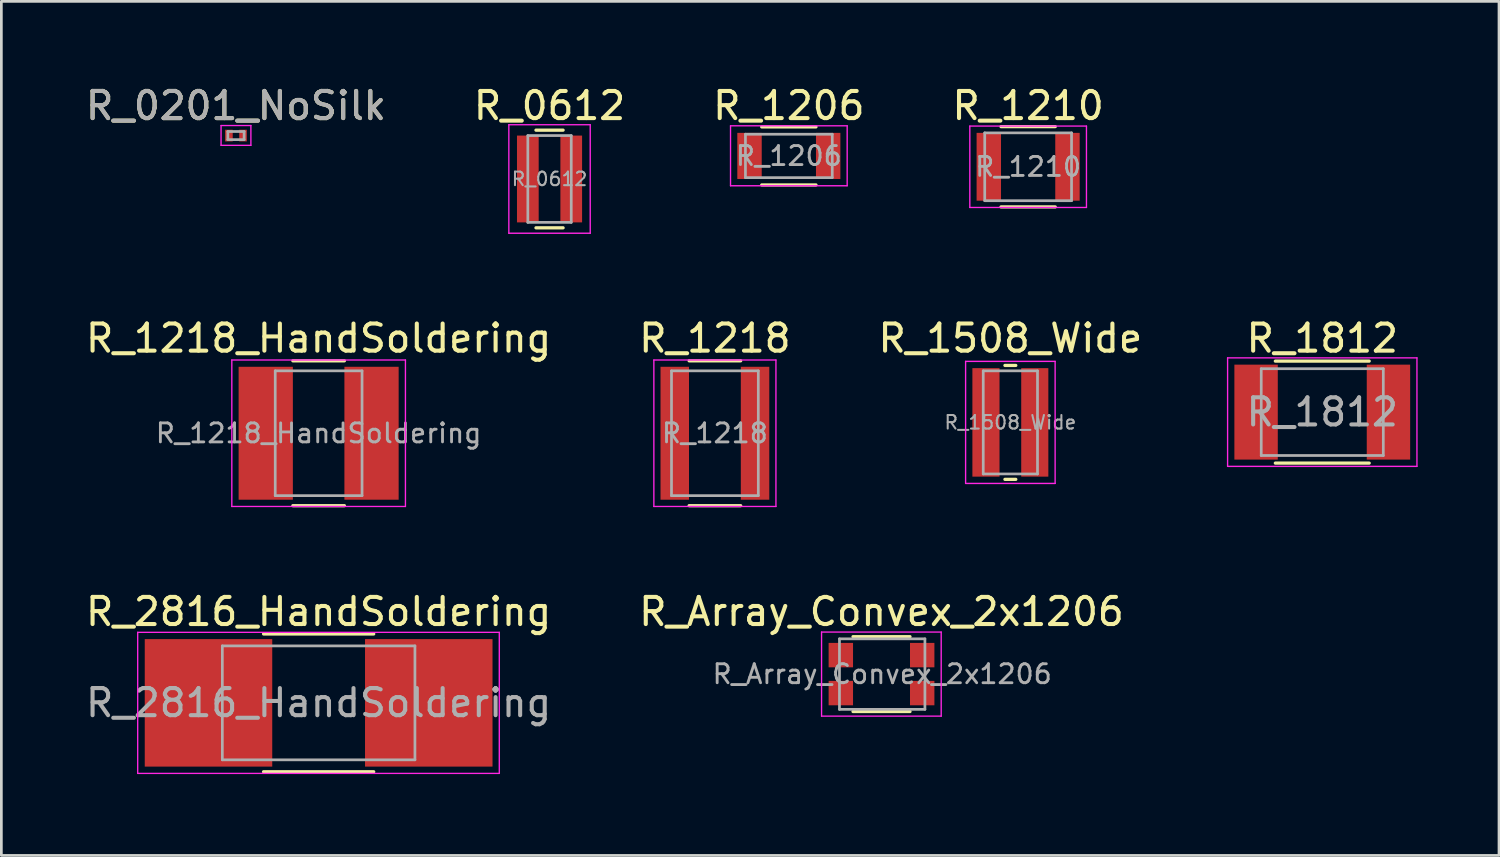
<source format=kicad_pcb>
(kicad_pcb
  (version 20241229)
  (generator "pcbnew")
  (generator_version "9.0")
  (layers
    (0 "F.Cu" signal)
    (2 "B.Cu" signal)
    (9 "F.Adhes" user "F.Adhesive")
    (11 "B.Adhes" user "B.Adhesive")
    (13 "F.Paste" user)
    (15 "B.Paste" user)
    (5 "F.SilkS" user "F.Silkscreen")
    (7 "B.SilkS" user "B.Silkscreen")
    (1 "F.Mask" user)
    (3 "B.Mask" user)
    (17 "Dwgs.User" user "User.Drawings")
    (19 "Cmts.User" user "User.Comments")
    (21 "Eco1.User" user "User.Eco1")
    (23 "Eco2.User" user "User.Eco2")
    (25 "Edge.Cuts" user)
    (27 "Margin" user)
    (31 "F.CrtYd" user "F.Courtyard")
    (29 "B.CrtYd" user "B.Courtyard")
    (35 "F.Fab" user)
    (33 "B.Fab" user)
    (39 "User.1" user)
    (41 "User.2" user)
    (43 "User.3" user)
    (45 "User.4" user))
  (footprint "R_1508_Wide"
    (layer "F.Cu")
    (at 34.196 12.521)
    (property "Reference" "R_1508_Wide" (at 0 -3.1 0) (layer "F.SilkS") (effects (font (size 1 1) (thickness 0.15))))
    (attr smd)
    (fp_line (start -0.2 -2.1) (end 0.2 -2.1) (stroke (width 0.12) (type solid)) (layer "F.SilkS"))
    (fp_line (start 0.2 2.1) (end -0.2 2.1) (stroke (width 0.12) (type solid)) (layer "F.SilkS"))
    (fp_line (start -1.65 -2.25) (end -1.65 2.25) (stroke (width 0.05) (type solid)) (layer "F.CrtYd"))
    (fp_line (start -1.65 -2.25) (end 1.65 -2.25) (stroke (width 0.05) (type solid)) (layer "F.CrtYd"))
    (fp_line (start 1.65 2.25) (end -1.65 2.25) (stroke (width 0.05) (type solid)) (layer "F.CrtYd"))
    (fp_line (start 1.65 2.25) (end 1.65 -2.25) (stroke (width 0.05) (type solid)) (layer "F.CrtYd"))
    (fp_line (start -1 -1.9) (end 1 -1.9) (stroke (width 0.1) (type solid)) (layer "F.Fab"))
    (fp_line (start -1 1.9) (end -1 -1.9) (stroke (width 0.1) (type solid)) (layer "F.Fab"))
    (fp_line (start 1 -1.9) (end 1 1.9) (stroke (width 0.1) (type solid)) (layer "F.Fab"))
    (fp_line (start 1 1.9) (end -1 1.9) (stroke (width 0.1) (type solid)) (layer "F.Fab"))
    (fp_text user "${REFERENCE}" (at 0 0 0) (layer "F.Fab") (effects (font (size 0.5 0.5) (thickness 0.075))))
    (pad "1" smd rect (at -0.9 0) (size 1 4) (layers "F.Cu" "F.Mask" "F.Paste"))
    (pad "2" smd rect (at 0.9 0) (size 1 4) (layers "F.Cu" "F.Mask" "F.Paste")))
  (footprint "R_2816_HandSoldering"
    (layer "F.Cu")
    (at 8.696 22.86)
    (property "Reference" "R_2816_HandSoldering" (at 0 -3.36 0) (layer "F.SilkS") (effects (font (size 1 1) (thickness 0.15))))
    (attr smd)
    (fp_line (start -2.03 -2.54) (end 2.03 -2.54) (stroke (width 0.12) (type solid)) (layer "F.SilkS"))
    (fp_line (start -2.03 2.54) (end 2.03 2.54) (stroke (width 0.12) (type solid)) (layer "F.SilkS"))
    (fp_line (start -6.67 -2.6) (end -6.67 2.6) (stroke (width 0.05) (type solid)) (layer "F.CrtYd"))
    (fp_line (start -6.67 -2.6) (end 6.66 -2.6) (stroke (width 0.05) (type solid)) (layer "F.CrtYd"))
    (fp_line (start 6.66 2.6) (end -6.67 2.6) (stroke (width 0.05) (type solid)) (layer "F.CrtYd"))
    (fp_line (start 6.66 2.6) (end 6.66 -2.6) (stroke (width 0.05) (type solid)) (layer "F.CrtYd"))
    (fp_line (start -3.55 -2.1) (end 3.55 -2.1) (stroke (width 0.1) (type solid)) (layer "F.Fab"))
    (fp_line (start -3.55 2.1) (end -3.55 -2.1) (stroke (width 0.1) (type solid)) (layer "F.Fab"))
    (fp_line (start 3.55 -2.1) (end 3.55 2.1) (stroke (width 0.1) (type solid)) (layer "F.Fab"))
    (fp_line (start 3.55 2.1) (end -3.55 2.1) (stroke (width 0.1) (type solid)) (layer "F.Fab"))
    (fp_text user "${REFERENCE}" (at 0 0 0) (layer "F.Fab") (effects (font (size 1 1) (thickness 0.15))))
    (pad "1" smd rect (at -4.06 0) (size 4.7 4.7) (layers "F.Cu" "F.Mask" "F.Paste"))
    (pad "2" smd rect (at 4.06 0) (size 4.7 4.7) (layers "F.Cu" "F.Mask" "F.Paste")))
  (footprint "R_1812"
    (layer "F.Cu")
    (at 45.694 12.142)
    (property "Reference" "R_1812" (at 0 -2.72 0) (layer "F.SilkS") (effects (font (size 1 1) (thickness 0.15))))
    (attr smd)
    (fp_line (start -1.73 -1.88) (end 1.73 -1.88) (stroke (width 0.12) (type solid)) (layer "F.SilkS"))
    (fp_line (start -1.73 1.88) (end 1.73 1.88) (stroke (width 0.12) (type solid)) (layer "F.SilkS"))
    (fp_line (start -3.49 -2) (end -3.49 2) (stroke (width 0.05) (type solid)) (layer "F.CrtYd"))
    (fp_line (start -3.49 -2) (end 3.49 -2) (stroke (width 0.05) (type solid)) (layer "F.CrtYd"))
    (fp_line (start 3.49 2) (end -3.49 2) (stroke (width 0.05) (type solid)) (layer "F.CrtYd"))
    (fp_line (start 3.49 2) (end 3.49 -2) (stroke (width 0.05) (type solid)) (layer "F.CrtYd"))
    (fp_line (start -2.25 -1.6) (end 2.25 -1.6) (stroke (width 0.1) (type solid)) (layer "F.Fab"))
    (fp_line (start -2.25 1.6) (end -2.25 -1.6) (stroke (width 0.1) (type solid)) (layer "F.Fab"))
    (fp_line (start 2.25 -1.6) (end 2.25 1.6) (stroke (width 0.1) (type solid)) (layer "F.Fab"))
    (fp_line (start 2.25 1.6) (end -2.25 1.6) (stroke (width 0.1) (type solid)) (layer "F.Fab"))
    (fp_text user "${REFERENCE}" (at 0 0 0) (layer "F.Fab") (effects (font (size 1 1) (thickness 0.15))))
    (pad "1" smd rect (at -2.44 0) (size 1.6 3.5) (layers "F.Cu" "F.Mask" "F.Paste"))
    (pad "2" smd rect (at 2.44 0) (size 1.6 3.5) (layers "F.Cu" "F.Mask" "F.Paste")))
  (footprint "R_0201_NoSilk"
    (layer "F.Cu")
    (at 5.649 1.948)
    (property "Reference" "R_0201_NoSilk" (at 0 -1.1 0) (layer "F.SilkS") (effects (font (size 1 1) (thickness 0.15))))
    (attr smd)
    (fp_line (start -0.55 -0.37) (end -0.55 0.36) (stroke (width 0.05) (type solid)) (layer "F.CrtYd"))
    (fp_line (start -0.55 -0.37) (end 0.55 -0.37) (stroke (width 0.05) (type solid)) (layer "F.CrtYd"))
    (fp_line (start 0.55 0.36) (end -0.55 0.36) (stroke (width 0.05) (type solid)) (layer "F.CrtYd"))
    (fp_line (start 0.55 0.36) (end 0.55 -0.37) (stroke (width 0.05) (type solid)) (layer "F.CrtYd"))
    (fp_line (start -0.3 -0.15) (end 0.3 -0.15) (stroke (width 0.1) (type solid)) (layer "F.Fab"))
    (fp_line (start -0.3 0.15) (end -0.3 -0.15) (stroke (width 0.1) (type solid)) (layer "F.Fab"))
    (fp_line (start 0.3 -0.15) (end 0.3 0.15) (stroke (width 0.1) (type solid)) (layer "F.Fab"))
    (fp_line (start 0.3 0.15) (end -0.3 0.15) (stroke (width 0.1) (type solid)) (layer "F.Fab"))
    (fp_text user "${REFERENCE}" (at 0 -1.1 0) (layer "F.Fab") (effects (font (size 1 1) (thickness 0.15))))
    (pad "1" smd rect (at -0.26 0) (size 0.28 0.43) (layers "F.Cu" "F.Mask" "F.Paste"))
    (pad "2" smd rect (at 0.26 0) (size 0.28 0.43) (layers "F.Cu" "F.Mask" "F.Paste")))
  (footprint "R_1210"
    (layer "F.Cu")
    (at 34.851 3.098)
    (property "Reference" "R_1210" (at 0 -2.25 0) (layer "F.SilkS") (effects (font (size 1 1) (thickness 0.15))))
    (attr smd)
    (fp_line (start -1 -1.48) (end 1 -1.48) (stroke (width 0.12) (type solid)) (layer "F.SilkS"))
    (fp_line (start 1 1.48) (end -1 1.48) (stroke (width 0.12) (type solid)) (layer "F.SilkS"))
    (fp_line (start -2.15 -1.5) (end -2.15 1.5) (stroke (width 0.05) (type solid)) (layer "F.CrtYd"))
    (fp_line (start -2.15 -1.5) (end 2.15 -1.5) (stroke (width 0.05) (type solid)) (layer "F.CrtYd"))
    (fp_line (start 2.15 1.5) (end -2.15 1.5) (stroke (width 0.05) (type solid)) (layer "F.CrtYd"))
    (fp_line (start 2.15 1.5) (end 2.15 -1.5) (stroke (width 0.05) (type solid)) (layer "F.CrtYd"))
    (fp_line (start -1.6 -1.25) (end 1.6 -1.25) (stroke (width 0.1) (type solid)) (layer "F.Fab"))
    (fp_line (start -1.6 1.25) (end -1.6 -1.25) (stroke (width 0.1) (type solid)) (layer "F.Fab"))
    (fp_line (start 1.6 -1.25) (end 1.6 1.25) (stroke (width 0.1) (type solid)) (layer "F.Fab"))
    (fp_line (start 1.6 1.25) (end -1.6 1.25) (stroke (width 0.1) (type solid)) (layer "F.Fab"))
    (fp_text user "${REFERENCE}" (at 0 0 0) (layer "F.Fab") (effects (font (size 0.7 0.7) (thickness 0.105))))
    (pad "1" smd rect (at -1.45 0) (size 0.9 2.5) (layers "F.Cu" "F.Mask" "F.Paste"))
    (pad "2" smd rect (at 1.45 0) (size 0.9 2.5) (layers "F.Cu" "F.Mask" "F.Paste")))
  (footprint "R_1206"
    (layer "F.Cu")
    (at 26.03 2.698)
    (property "Reference" "R_1206" (at 0 -1.85 0) (layer "F.SilkS") (effects (font (size 1 1) (thickness 0.15))))
    (attr smd)
    (fp_line (start -1 -1.07) (end 1 -1.07) (stroke (width 0.12) (type solid)) (layer "F.SilkS"))
    (fp_line (start 1 1.07) (end -1 1.07) (stroke (width 0.12) (type solid)) (layer "F.SilkS"))
    (fp_line (start -2.15 -1.11) (end -2.15 1.1) (stroke (width 0.05) (type solid)) (layer "F.CrtYd"))
    (fp_line (start -2.15 -1.11) (end 2.15 -1.11) (stroke (width 0.05) (type solid)) (layer "F.CrtYd"))
    (fp_line (start 2.15 1.1) (end -2.15 1.1) (stroke (width 0.05) (type solid)) (layer "F.CrtYd"))
    (fp_line (start 2.15 1.1) (end 2.15 -1.11) (stroke (width 0.05) (type solid)) (layer "F.CrtYd"))
    (fp_line (start -1.6 -0.8) (end 1.6 -0.8) (stroke (width 0.1) (type solid)) (layer "F.Fab"))
    (fp_line (start -1.6 0.8) (end -1.6 -0.8) (stroke (width 0.1) (type solid)) (layer "F.Fab"))
    (fp_line (start 1.6 -0.8) (end 1.6 0.8) (stroke (width 0.1) (type solid)) (layer "F.Fab"))
    (fp_line (start 1.6 0.8) (end -1.6 0.8) (stroke (width 0.1) (type solid)) (layer "F.Fab"))
    (fp_text user "${REFERENCE}" (at 0 0 0) (layer "F.Fab") (effects (font (size 0.7 0.7) (thickness 0.105))))
    (pad "1" smd rect (at -1.45 0) (size 0.9 1.7) (layers "F.Cu" "F.Mask" "F.Paste"))
    (pad "2" smd rect (at 1.45 0) (size 0.9 1.7) (layers "F.Cu" "F.Mask" "F.Paste")))
  (footprint "R_Array_Convex_2x1206"
    (layer "F.Cu")
    (at 29.446 21.8)
    (property "Reference" "R_Array_Convex_2x1206" (at 0 -2.3 0) (layer "F.SilkS") (effects (font (size 1 1) (thickness 0.15))))
    (attr smd)
    (fp_line (start 1.05 -1.38) (end -1.05 -1.38) (stroke (width 0.12) (type solid)) (layer "F.SilkS"))
    (fp_line (start 1.05 1.38) (end -1.05 1.38) (stroke (width 0.12) (type solid)) (layer "F.SilkS"))
    (fp_line (start -2.21 -1.55) (end -2.21 1.55) (stroke (width 0.05) (type solid)) (layer "F.CrtYd"))
    (fp_line (start -2.21 -1.55) (end 2.2 -1.55) (stroke (width 0.05) (type solid)) (layer "F.CrtYd"))
    (fp_line (start 2.2 1.55) (end -2.21 1.55) (stroke (width 0.05) (type solid)) (layer "F.CrtYd"))
    (fp_line (start 2.2 1.55) (end 2.2 -1.55) (stroke (width 0.05) (type solid)) (layer "F.CrtYd"))
    (fp_line (start -1.55 -1.3) (end 1.6 -1.3) (stroke (width 0.1) (type solid)) (layer "F.Fab"))
    (fp_line (start -1.55 1.3) (end -1.55 -1.3) (stroke (width 0.1) (type solid)) (layer "F.Fab"))
    (fp_line (start 1.6 -1.3) (end 1.6 1.3) (stroke (width 0.1) (type solid)) (layer "F.Fab"))
    (fp_line (start 1.6 1.3) (end -1.55 1.3) (stroke (width 0.1) (type solid)) (layer "F.Fab"))
    (fp_text user "${REFERENCE}" (at 0.025 0 0) (layer "F.Fab") (effects (font (size 0.7 0.7) (thickness 0.105))))
    (pad "1" smd rect (at -1.5 -0.7) (size 0.9 0.9) (layers "F.Cu" "F.Mask" "F.Paste"))
    (pad "2" smd rect (at -1.5 0.7) (size 0.9 0.9) (layers "F.Cu" "F.Mask" "F.Paste"))
    (pad "3" smd rect (at 1.5 0.7) (size 0.9 0.9) (layers "F.Cu" "F.Mask" "F.Paste"))
    (pad "4" smd rect (at 1.5 -0.7) (size 0.9 0.9) (layers "F.Cu" "F.Mask" "F.Paste")))
  (footprint "R_1218_HandSoldering"
    (layer "F.Cu")
    (at 8.696 12.921)
    (property "Reference" "R_1218_HandSoldering" (at 0 -3.5 0) (layer "F.SilkS") (effects (font (size 1 1) (thickness 0.15))))
    (attr smd)
    (fp_line (start -0.95 -2.67) (end 0.95 -2.67) (stroke (width 0.12) (type solid)) (layer "F.SilkS"))
    (fp_line (start 0.95 2.67) (end -0.95 2.67) (stroke (width 0.12) (type solid)) (layer "F.SilkS"))
    (fp_line (start -3.2 -2.7) (end -3.2 2.7) (stroke (width 0.05) (type solid)) (layer "F.CrtYd"))
    (fp_line (start -3.2 -2.7) (end 3.2 -2.7) (stroke (width 0.05) (type solid)) (layer "F.CrtYd"))
    (fp_line (start 3.2 2.7) (end -3.2 2.7) (stroke (width 0.05) (type solid)) (layer "F.CrtYd"))
    (fp_line (start 3.2 2.7) (end 3.2 -2.7) (stroke (width 0.05) (type solid)) (layer "F.CrtYd"))
    (fp_line (start -1.6 -2.3) (end 1.6 -2.3) (stroke (width 0.1) (type solid)) (layer "F.Fab"))
    (fp_line (start -1.6 2.3) (end -1.6 -2.3) (stroke (width 0.1) (type solid)) (layer "F.Fab"))
    (fp_line (start 1.6 -2.3) (end 1.6 2.3) (stroke (width 0.1) (type solid)) (layer "F.Fab"))
    (fp_line (start 1.6 2.3) (end -1.6 2.3) (stroke (width 0.1) (type solid)) (layer "F.Fab"))
    (fp_text user "${REFERENCE}" (at 0 0 0) (layer "F.Fab") (effects (font (size 0.7 0.7) (thickness 0.105))))
    (pad "1" smd rect (at -1.95 0) (size 2 4.9) (layers "F.Cu" "F.Mask" "F.Paste"))
    (pad "2" smd rect (at 1.95 0) (size 2 4.9) (layers "F.Cu" "F.Mask" "F.Paste")))
  (footprint "R_1218"
    (layer "F.Cu")
    (at 23.304 12.921)
    (property "Reference" "R_1218" (at 0 -3.5 0) (layer "F.SilkS") (effects (font (size 1 1) (thickness 0.15))))
    (attr smd)
    (fp_line (start -0.95 -2.67) (end 0.95 -2.67) (stroke (width 0.12) (type solid)) (layer "F.SilkS"))
    (fp_line (start 0.95 2.67) (end -0.95 2.67) (stroke (width 0.12) (type solid)) (layer "F.SilkS"))
    (fp_line (start -2.25 -2.7) (end -2.25 2.7) (stroke (width 0.05) (type solid)) (layer "F.CrtYd"))
    (fp_line (start -2.25 -2.7) (end 2.25 -2.7) (stroke (width 0.05) (type solid)) (layer "F.CrtYd"))
    (fp_line (start 2.25 2.7) (end -2.25 2.7) (stroke (width 0.05) (type solid)) (layer "F.CrtYd"))
    (fp_line (start 2.25 2.7) (end 2.25 -2.7) (stroke (width 0.05) (type solid)) (layer "F.CrtYd"))
    (fp_line (start -1.6 -2.3) (end -1.6 2.3) (stroke (width 0.1) (type solid)) (layer "F.Fab"))
    (fp_line (start -1.6 2.3) (end 1.6 2.3) (stroke (width 0.1) (type solid)) (layer "F.Fab"))
    (fp_line (start 1.6 -2.3) (end -1.6 -2.3) (stroke (width 0.1) (type solid)) (layer "F.Fab"))
    (fp_line (start 1.6 2.3) (end 1.6 -2.3) (stroke (width 0.1) (type solid)) (layer "F.Fab"))
    (fp_text user "${REFERENCE}" (at 0 0 0) (layer "F.Fab") (effects (font (size 0.7 0.7) (thickness 0.105))))
    (pad "1" smd rect (at -1.48 0) (size 1.05 4.9) (layers "F.Cu" "F.Mask" "F.Paste"))
    (pad "2" smd rect (at 1.48 0) (size 1.05 4.9) (layers "F.Cu" "F.Mask" "F.Paste")))
  (footprint "R_0612"
    (layer "F.Cu")
    (at 17.208 3.548)
    (property "Reference" "R_0612" (at 0 -2.7 0) (layer "F.SilkS") (effects (font (size 1 1) (thickness 0.15))))
    (attr smd)
    (fp_line (start -0.5 -1.8) (end 0.5 -1.8) (stroke (width 0.12) (type solid)) (layer "F.SilkS"))
    (fp_line (start 0.5 1.8) (end -0.5 1.8) (stroke (width 0.12) (type solid)) (layer "F.SilkS"))
    (fp_line (start -1.5 -2) (end -1.5 2) (stroke (width 0.05) (type solid)) (layer "F.CrtYd"))
    (fp_line (start -1.5 -2) (end 1.5 -2) (stroke (width 0.05) (type solid)) (layer "F.CrtYd"))
    (fp_line (start -1.5 2) (end 1.5 2) (stroke (width 0.05) (type solid)) (layer "F.CrtYd"))
    (fp_line (start 1.5 -2) (end 1.5 2) (stroke (width 0.05) (type solid)) (layer "F.CrtYd"))
    (fp_line (start -0.8 -1.6) (end 0.8 -1.6) (stroke (width 0.1) (type solid)) (layer "F.Fab"))
    (fp_line (start -0.8 1.6) (end -0.8 -1.6) (stroke (width 0.1) (type solid)) (layer "F.Fab"))
    (fp_line (start 0.8 -1.6) (end 0.8 1.6) (stroke (width 0.1) (type solid)) (layer "F.Fab"))
    (fp_line (start 0.8 1.6) (end -0.8 1.6) (stroke (width 0.1) (type solid)) (layer "F.Fab"))
    (fp_text user "${REFERENCE}" (at 0 0 0) (layer "F.Fab") (effects (font (size 0.5 0.5) (thickness 0.075))))
    (pad "1" smd rect (at -0.8 0) (size 0.8 3.2) (layers "F.Cu" "F.Mask" "F.Paste"))
    (pad "2" smd rect (at 0.8 0) (size 0.8 3.2) (layers "F.Cu" "F.Mask" "F.Paste")))
  (gr_rect
    (start -3 -3)
    (end 52.209 28.485)
    (stroke (width 0.1) (type default))
    (fill no)
    (layer "Edge.Cuts")))
</source>
